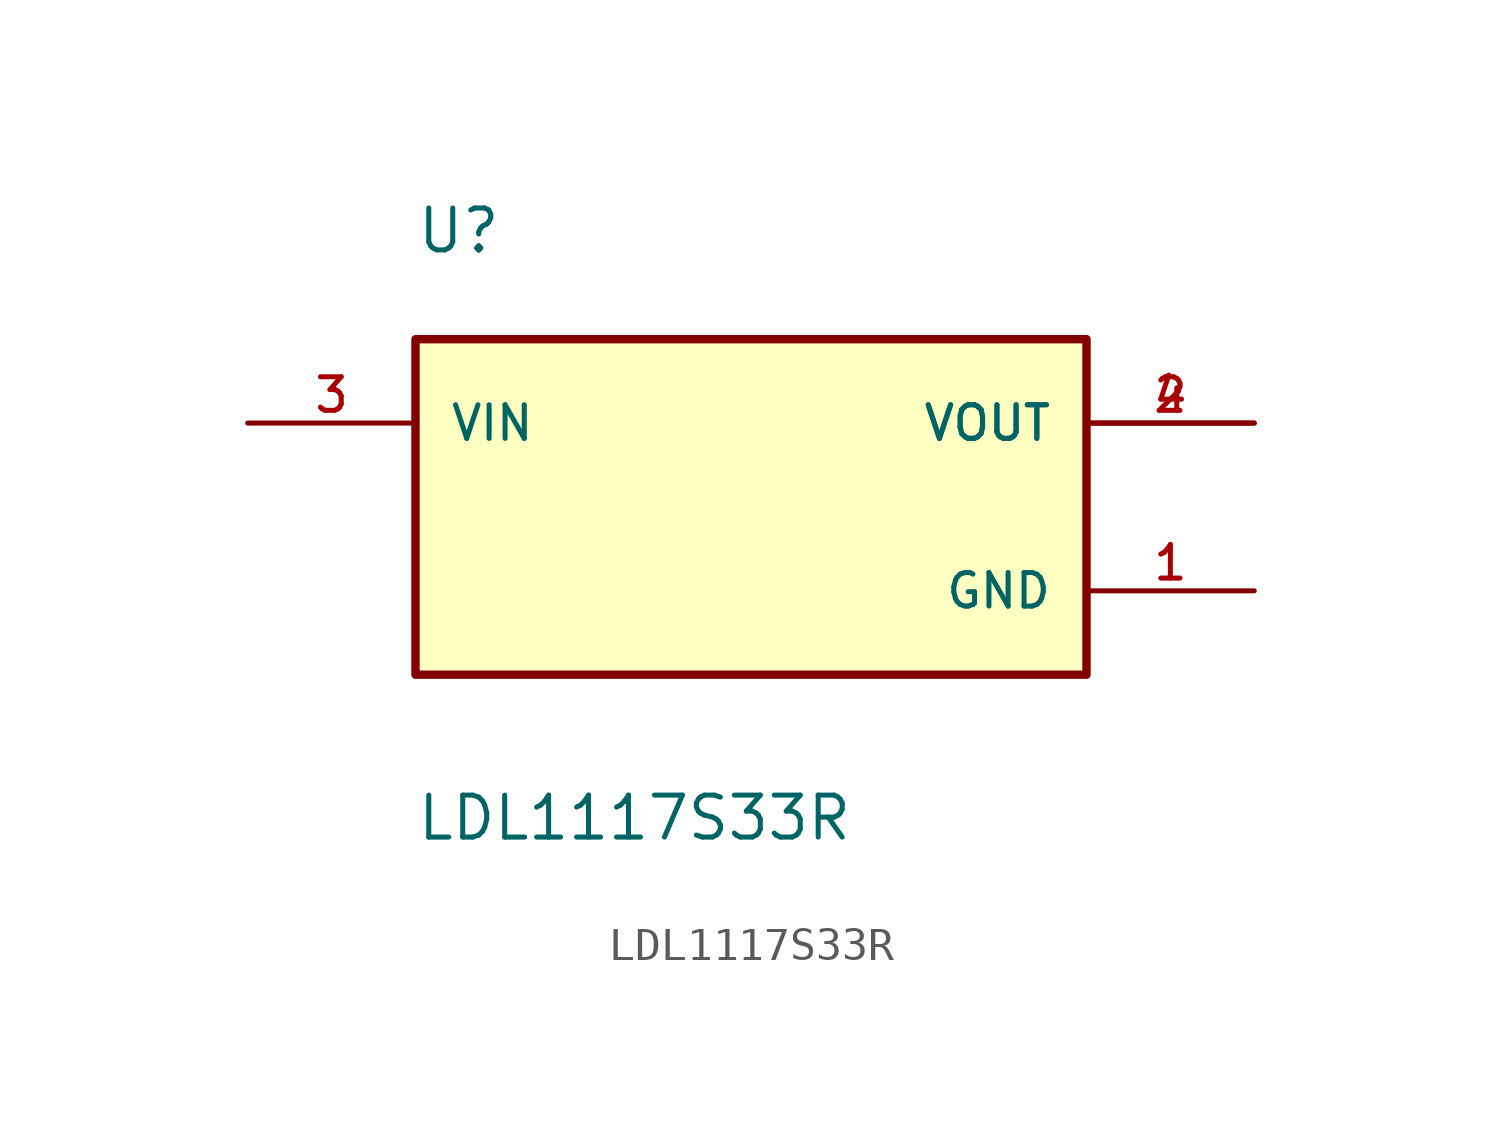
<source format=kicad_sym>
(kicad_symbol_lib
  (version 20231120)
  (generator "kicad_symbol_editor")
  (generator_version "8.0")
  (symbol "LDL1117S33R"
    (pin_names
      (offset 1.016))
    (property "Reference" "U"
      (at -10.16 7.62 0)
      (effects (font (size 1.27 1.27)) (justify left bottom)))
    (property "Value" "LDL1117S33R"
      (at -10.16 -10.16 0)
      (effects (font (size 1.27 1.27)) (justify left bottom)))
    (symbol "LDL1117S33R_0_0"
      (rectangle (start -10.16 -5.08) (end 10.16 5.08) (stroke (width 0.254) (type default)) (fill (type background))))
    (symbol "LDL1117S33R_1_0"
      (pin passive line (at 15.24 -2.54 180) (length 5.08) (name "GND" (effects (font (size 1.016 1.016)))) (number "1" (effects (font (size 1.016 1.016)))))
      (pin power_out line (at 15.24 2.54 180) (length 5.08) (name "VOUT" (effects (font (size 1.016 1.016)))) (number "2" (effects (font (size 1.016 1.016)))))
      (pin power_in line (at -15.24 2.54 0) (length 5.08) (name "VIN" (effects (font (size 1.016 1.016)))) (number "3" (effects (font (size 1.016 1.016)))))
      (pin power_out line (at 15.24 2.54 180) (length 5.08) (name "VOUT" (effects (font (size 1.016 1.016)))) (number "4" (effects (font (size 1.016 1.016))))))))
</source>
